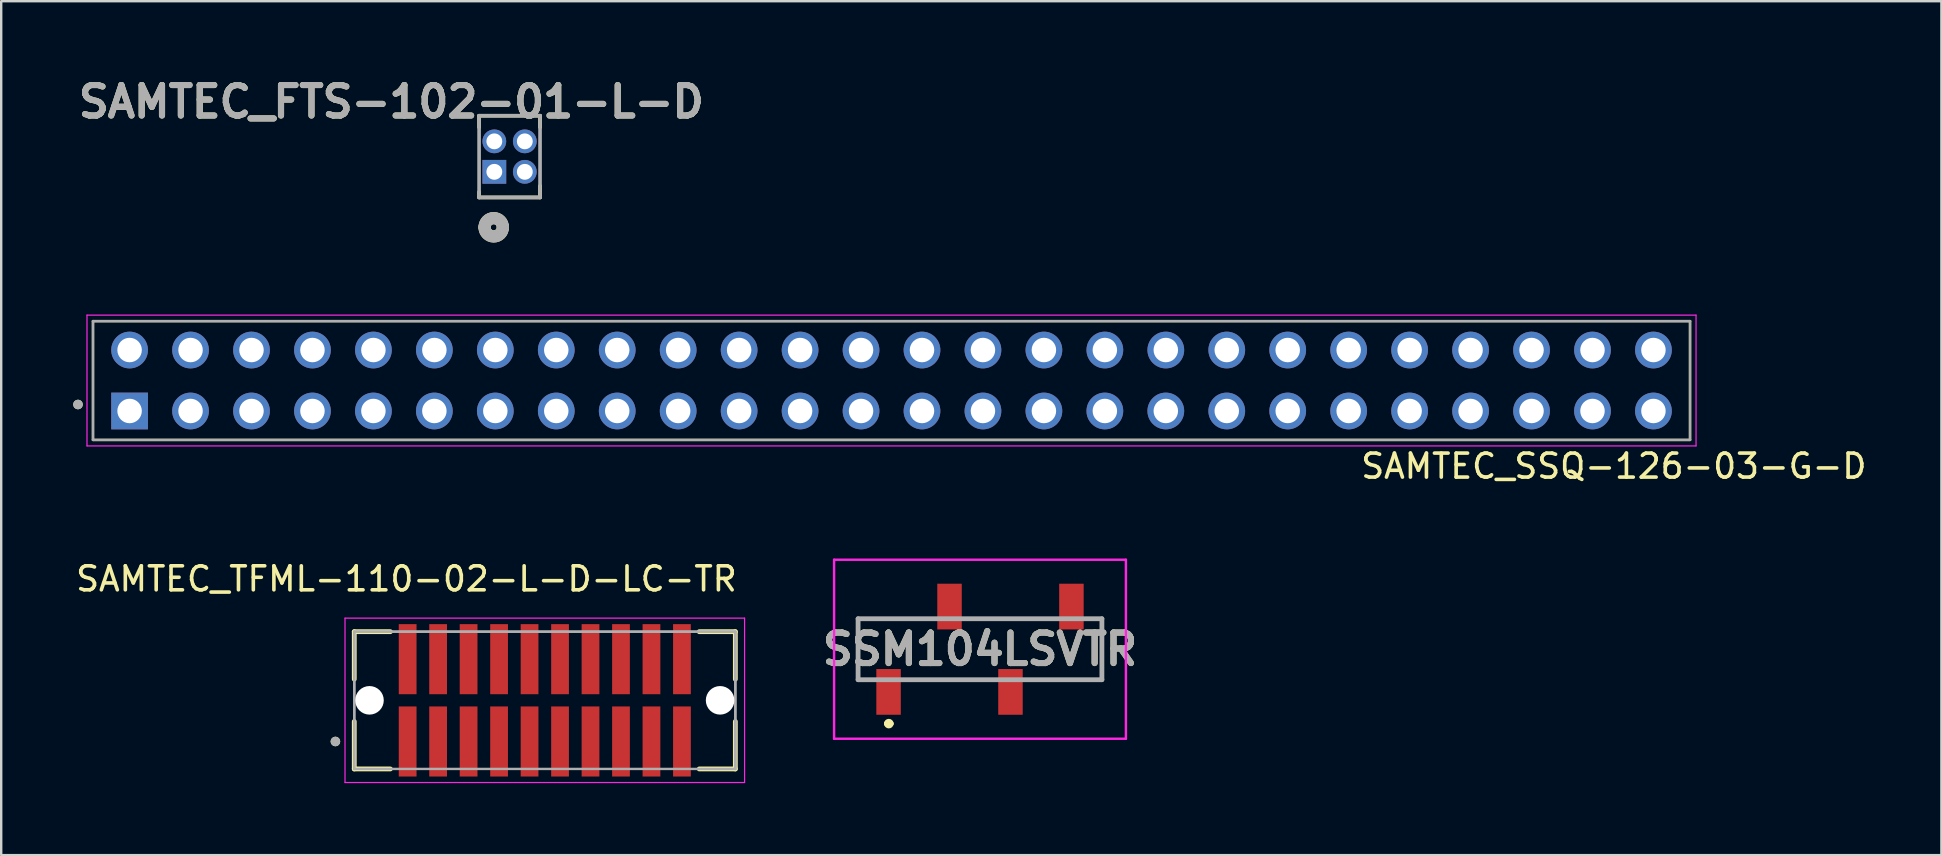
<source format=kicad_pcb>
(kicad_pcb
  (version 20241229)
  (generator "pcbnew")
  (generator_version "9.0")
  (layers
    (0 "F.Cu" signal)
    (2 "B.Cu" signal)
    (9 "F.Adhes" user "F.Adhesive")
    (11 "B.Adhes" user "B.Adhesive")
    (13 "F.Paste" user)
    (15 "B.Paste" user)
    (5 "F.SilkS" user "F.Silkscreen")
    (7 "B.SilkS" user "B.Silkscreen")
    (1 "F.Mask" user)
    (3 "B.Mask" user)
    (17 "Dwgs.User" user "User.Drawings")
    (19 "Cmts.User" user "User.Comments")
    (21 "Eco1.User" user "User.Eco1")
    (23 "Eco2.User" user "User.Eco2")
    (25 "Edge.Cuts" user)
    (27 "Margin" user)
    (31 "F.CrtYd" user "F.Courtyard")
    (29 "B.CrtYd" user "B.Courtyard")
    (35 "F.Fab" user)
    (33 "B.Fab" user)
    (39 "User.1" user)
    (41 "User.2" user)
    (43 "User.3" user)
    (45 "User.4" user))
  (footprint "SSM104LSVTR"
    (layer "F.Cu")
    (at 37.787 24.004)
    (property "Reference" "SSM104LSVTR" (at 0 0 0) (layer "F.SilkS") (effects (font (size 1.27 1.27) (thickness 0.254))))
    (attr smd)
    (fp_line (start -5.08 -1.27) (end -5.08 1.27) (stroke (width 0.1) (type solid)) (layer "F.SilkS"))
    (fp_line (start -3.9 3.1) (end -3.9 3.1) (stroke (width 0.2) (type solid)) (layer "F.SilkS"))
    (fp_line (start -3.7 3.1) (end -3.7 3.1) (stroke (width 0.2) (type solid)) (layer "F.SilkS"))
    (fp_line (start -3 -1.27) (end -5.08 -1.27) (stroke (width 0.1) (type solid)) (layer "F.SilkS"))
    (fp_line (start -2.55 1.27) (end 0 1.27) (stroke (width 0.1) (type solid)) (layer "F.SilkS"))
    (fp_line (start 0 -1.27) (end 2.55 -1.27) (stroke (width 0.1) (type solid)) (layer "F.SilkS"))
    (fp_line (start 5.08 -1.27) (end 5.08 1.27) (stroke (width 0.1) (type solid)) (layer "F.SilkS"))
    (fp_line (start 5.08 1.27) (end 3 1.27) (stroke (width 0.1) (type solid)) (layer "F.SilkS"))
    (fp_arc (start -3.9 3.1) (mid -3.8 3) (end -3.7 3.1) (stroke (width 0.2) (type solid)) (layer "F.SilkS"))
    (fp_arc (start -3.7 3.1) (mid -3.8 3.2) (end -3.9 3.1) (stroke (width 0.2) (type solid)) (layer "F.SilkS"))
    (fp_line (start -6.08 -3.73) (end 6.08 -3.73) (stroke (width 0.1) (type solid)) (layer "F.CrtYd"))
    (fp_line (start -6.08 3.73) (end -6.08 -3.73) (stroke (width 0.1) (type solid)) (layer "F.CrtYd"))
    (fp_line (start 6.08 -3.73) (end 6.08 3.73) (stroke (width 0.1) (type solid)) (layer "F.CrtYd"))
    (fp_line (start 6.08 3.73) (end -6.08 3.73) (stroke (width 0.1) (type solid)) (layer "F.CrtYd"))
    (fp_line (start -5.08 -1.27) (end 5.08 -1.27) (stroke (width 0.2) (type solid)) (layer "F.Fab"))
    (fp_line (start -5.08 1.27) (end -5.08 -1.27) (stroke (width 0.2) (type solid)) (layer "F.Fab"))
    (fp_line (start 5.08 -1.27) (end 5.08 1.27) (stroke (width 0.2) (type solid)) (layer "F.Fab"))
    (fp_line (start 5.08 1.27) (end -5.08 1.27) (stroke (width 0.2) (type solid)) (layer "F.Fab"))
    (fp_text user "${REFERENCE}" (at 0 0 0) (layer "F.Fab") (effects (font (size 1.27 1.27) (thickness 0.254))))
    (pad "1" smd rect (at -3.81 1.778) (size 1.02 1.905) (layers "F.Cu" "F.Mask" "F.Paste"))
    (pad "2" smd rect (at -1.27 -1.778) (size 1.02 1.905) (layers "F.Cu" "F.Mask" "F.Paste"))
    (pad "3" smd rect (at 1.27 1.778) (size 1.02 1.905) (layers "F.Cu" "F.Mask" "F.Paste"))
    (pad "4" smd rect (at 3.81 -1.778) (size 1.02 1.905) (layers "F.Cu" "F.Mask" "F.Paste")))
  (footprint "SAMTEC_TFML-110-02-L-D-LC-TR"
    (layer "F.Cu")
    (at 19.652 26.133)
    (property "Reference" "SAMTEC_TFML-110-02-L-D-LC-TR" (at -5.765 -5.06 0) (layer "F.SilkS") (effects (font (size 1 1) (thickness 0.15))))
    (attr through_hole)
    (fp_line (start -7.94 -2.86) (end -7.94 -0.881) (stroke (width 0.2) (type solid)) (layer "F.SilkS"))
    (fp_line (start -7.94 -2.86) (end -6.435 -2.86) (stroke (width 0.2) (type solid)) (layer "F.SilkS"))
    (fp_line (start -7.94 0.881) (end -7.94 2.86) (stroke (width 0.2) (type solid)) (layer "F.SilkS"))
    (fp_line (start -6.435 2.86) (end -7.94 2.86) (stroke (width 0.2) (type solid)) (layer "F.SilkS"))
    (fp_line (start 6.435 -2.86) (end 7.94 -2.86) (stroke (width 0.2) (type solid)) (layer "F.SilkS"))
    (fp_line (start 6.435 2.86) (end 7.94 2.86) (stroke (width 0.2) (type solid)) (layer "F.SilkS"))
    (fp_line (start 7.94 -0.881) (end 7.94 -2.86) (stroke (width 0.2) (type solid)) (layer "F.SilkS"))
    (fp_line (start 7.94 2.86) (end 7.94 0.881) (stroke (width 0.2) (type solid)) (layer "F.SilkS"))
    (fp_circle (center -8.725 1.715) (end -8.625 1.715) (stroke (width 0.2) (type solid)) (fill no) (layer "F.SilkS"))
    (fp_line (start -8.325 -3.425) (end 8.325 -3.425) (stroke (width 0.05) (type solid)) (layer "F.CrtYd"))
    (fp_line (start -8.325 3.425) (end -8.325 -3.425) (stroke (width 0.05) (type solid)) (layer "F.CrtYd"))
    (fp_line (start 8.325 -3.425) (end 8.325 3.425) (stroke (width 0.05) (type solid)) (layer "F.CrtYd"))
    (fp_line (start 8.325 3.425) (end -8.325 3.425) (stroke (width 0.05) (type solid)) (layer "F.CrtYd"))
    (fp_line (start -7.94 -2.86) (end 7.94 -2.86) (stroke (width 0.1) (type solid)) (layer "F.Fab"))
    (fp_line (start -7.94 -2.86) (end 7.94 -2.86) (stroke (width 0.1) (type solid)) (layer "F.Fab"))
    (fp_line (start -7.94 2.86) (end -7.94 -2.86) (stroke (width 0.1) (type solid)) (layer "F.Fab"))
    (fp_line (start -7.94 2.86) (end -7.94 -2.86) (stroke (width 0.1) (type solid)) (layer "F.Fab"))
    (fp_line (start 7.94 -2.86) (end 7.94 2.86) (stroke (width 0.1) (type solid)) (layer "F.Fab"))
    (fp_line (start 7.94 -2.86) (end 7.94 2.86) (stroke (width 0.1) (type solid)) (layer "F.Fab"))
    (fp_line (start 7.94 2.86) (end -7.94 2.86) (stroke (width 0.1) (type solid)) (layer "F.Fab"))
    (fp_circle (center -8.725 1.715) (end -8.625 1.715) (stroke (width 0.2) (type solid)) (fill no) (layer "F.Fab"))
    (pad "" np_thru_hole circle (at -7.305 0) (size 1.19 1.19) (drill 1.19) (layers "*.Cu" "*.Mask"))
    (pad "" np_thru_hole circle (at 7.305 0) (size 1.19 1.19) (drill 1.19) (layers "*.Cu" "*.Mask"))
    (pad "01" smd rect (at -5.715 1.715) (size 0.74 2.92) (layers "F.Cu" "F.Mask" "F.Paste"))
    (pad "02" smd rect (at -5.715 -1.715) (size 0.74 2.92) (layers "F.Cu" "F.Mask" "F.Paste"))
    (pad "03" smd rect (at -4.445 1.715) (size 0.74 2.92) (layers "F.Cu" "F.Mask" "F.Paste"))
    (pad "04" smd rect (at -4.445 -1.715) (size 0.74 2.92) (layers "F.Cu" "F.Mask" "F.Paste"))
    (pad "05" smd rect (at -3.175 1.715) (size 0.74 2.92) (layers "F.Cu" "F.Mask" "F.Paste"))
    (pad "06" smd rect (at -3.175 -1.715) (size 0.74 2.92) (layers "F.Cu" "F.Mask" "F.Paste"))
    (pad "07" smd rect (at -1.905 1.715) (size 0.74 2.92) (layers "F.Cu" "F.Mask" "F.Paste"))
    (pad "08" smd rect (at -1.905 -1.715) (size 0.74 2.92) (layers "F.Cu" "F.Mask" "F.Paste"))
    (pad "09" smd rect (at -0.635 1.715) (size 0.74 2.92) (layers "F.Cu" "F.Mask" "F.Paste"))
    (pad "10" smd rect (at -0.635 -1.715) (size 0.74 2.92) (layers "F.Cu" "F.Mask" "F.Paste"))
    (pad "11" smd rect (at 0.635 1.715) (size 0.74 2.92) (layers "F.Cu" "F.Mask" "F.Paste"))
    (pad "12" smd rect (at 0.635 -1.715) (size 0.74 2.92) (layers "F.Cu" "F.Mask" "F.Paste"))
    (pad "13" smd rect (at 1.905 1.715) (size 0.74 2.92) (layers "F.Cu" "F.Mask" "F.Paste"))
    (pad "14" smd rect (at 1.905 -1.715) (size 0.74 2.92) (layers "F.Cu" "F.Mask" "F.Paste"))
    (pad "15" smd rect (at 3.175 1.715) (size 0.74 2.92) (layers "F.Cu" "F.Mask" "F.Paste"))
    (pad "16" smd rect (at 3.175 -1.715) (size 0.74 2.92) (layers "F.Cu" "F.Mask" "F.Paste"))
    (pad "17" smd rect (at 4.445 1.715) (size 0.74 2.92) (layers "F.Cu" "F.Mask" "F.Paste"))
    (pad "18" smd rect (at 4.445 -1.715) (size 0.74 2.92) (layers "F.Cu" "F.Mask" "F.Paste"))
    (pad "19" smd rect (at 5.715 1.715) (size 0.74 2.92) (layers "F.Cu" "F.Mask" "F.Paste"))
    (pad "20" smd rect (at 5.715 -1.715) (size 0.74 2.92) (layers "F.Cu" "F.Mask" "F.Paste")))
  (footprint "SAMTEC_FTS-102-01-L-D"
    (layer "F.Cu")
    (at 18.819 2.84)
    (property "Reference" "SAMTEC_FTS-102-01-L-D" (at -5.563 -1.651 0) (layer "F.SilkS") (effects (font (size 1.27 1.27) (thickness 0.254))))
    (attr through_hole)
    (fp_line (start -1.905 -1.067) (end -1.905 -0.584) (stroke (width 0.152) (type solid)) (layer "F.SilkS"))
    (fp_line (start -1.905 2.108) (end -1.905 2.337) (stroke (width 0.152) (type solid)) (layer "F.SilkS"))
    (fp_line (start -1.905 2.337) (end 0.635 2.337) (stroke (width 0.152) (type solid)) (layer "F.SilkS"))
    (fp_line (start 0.635 -1.067) (end -1.905 -1.067) (stroke (width 0.152) (type solid)) (layer "F.SilkS"))
    (fp_line (start 0.635 -0.584) (end 0.635 -1.067) (stroke (width 0.152) (type solid)) (layer "F.SilkS"))
    (fp_line (start 0.635 2.337) (end 0.635 1.854) (stroke (width 0.152) (type solid)) (layer "F.SilkS"))
    (fp_arc (start -1.6764 3.5814) (mid -1.2954 3.2004) (end -0.9144 3.5814) (stroke (width 0.508) (type solid)) (layer "F.SilkS"))
    (fp_arc (start -0.9144 3.5814) (mid -1.2954 3.9624) (end -1.6764 3.5814) (stroke (width 0.508) (type solid)) (layer "F.SilkS"))
    (fp_line (start -1.905 -1.067) (end -1.905 2.337) (stroke (width 0.152) (type solid)) (layer "F.Fab"))
    (fp_line (start -1.905 2.337) (end 0.635 2.337) (stroke (width 0.152) (type solid)) (layer "F.Fab"))
    (fp_line (start 0.635 -1.067) (end -1.905 -1.067) (stroke (width 0.152) (type solid)) (layer "F.Fab"))
    (fp_line (start 0.635 2.337) (end 0.635 -1.067) (stroke (width 0.152) (type solid)) (layer "F.Fab"))
    (fp_arc (start -1.6764 3.5814) (mid -1.2954 3.2004) (end -0.9144 3.5814) (stroke (width 0.508) (type solid)) (layer "F.Fab"))
    (fp_arc (start -0.9144 3.5814) (mid -1.2954 3.9624) (end -1.6764 3.5814) (stroke (width 0.508) (type solid)) (layer "F.Fab"))
    (fp_text user "${REFERENCE}" (at -5.563 -1.651 0) (layer "F.Fab") (effects (font (size 1.27 1.27) (thickness 0.254))))
    (pad "1" thru_hole rect (at -1.27 1.27) (size 0.991 0.991) (drill 0.66) (layers "*.Cu" "*.Mask"))
    (pad "2" thru_hole circle (at -1.27 0) (size 0.991 0.991) (drill 0.66) (layers "*.Cu" "*.Mask"))
    (pad "3" thru_hole circle (at 0 1.27) (size 0.991 0.991) (drill 0.66) (layers "*.Cu" "*.Mask"))
    (pad "4" thru_hole circle (at 0 0) (size 0.991 0.991) (drill 0.66) (layers "*.Cu" "*.Mask")))
  (footprint "SAMTEC_SSQ-126-03-G-D"
    (layer "F.Cu")
    (at 33.4 12.806)
    (property "Reference" "SAMTEC_SSQ-126-03-G-D" (at 30.8 3.57 180) (layer "F.SilkS") (effects (font (size 1 1) (thickness 0.15))))
    (attr through_hole)
    (fp_line (start -32.575 -2.475) (end -32.575 2.475) (stroke (width 0.1) (type solid)) (layer "F.SilkS"))
    (fp_line (start -32.575 2.475) (end 33.975 2.475) (stroke (width 0.1) (type solid)) (layer "F.SilkS"))
    (fp_line (start 33.975 -2.475) (end -32.575 -2.475) (stroke (width 0.1) (type solid)) (layer "F.SilkS"))
    (fp_line (start 33.975 2.475) (end 33.975 -2.475) (stroke (width 0.1) (type solid)) (layer "F.SilkS"))
    (fp_circle (center -33.2 1) (end -33.3 1) (stroke (width 0.2) (type solid)) (fill no) (layer "F.SilkS"))
    (fp_line (start -32.825 -2.725) (end -32.825 2.725) (stroke (width 0.05) (type solid)) (layer "F.CrtYd"))
    (fp_line (start -32.825 2.725) (end 34.225 2.725) (stroke (width 0.05) (type solid)) (layer "F.CrtYd"))
    (fp_line (start 34.225 -2.725) (end -32.825 -2.725) (stroke (width 0.05) (type solid)) (layer "F.CrtYd"))
    (fp_line (start 34.225 2.725) (end 34.225 -2.725) (stroke (width 0.05) (type solid)) (layer "F.CrtYd"))
    (fp_line (start -32.575 -2.475) (end -32.575 2.475) (stroke (width 0.1) (type solid)) (layer "F.Fab"))
    (fp_line (start 33.975 -2.475) (end -32.575 -2.475) (stroke (width 0.1) (type solid)) (layer "F.Fab"))
    (fp_line (start 33.975 2.475) (end -32.575 2.475) (stroke (width 0.1) (type solid)) (layer "F.Fab"))
    (fp_line (start 33.975 2.475) (end 33.975 -2.475) (stroke (width 0.1) (type solid)) (layer "F.Fab"))
    (fp_circle (center -33.2 1) (end -33.3 1) (stroke (width 0.2) (type solid)) (fill no) (layer "F.Fab"))
    (pad "01" thru_hole rect (at -31.05 1.27 180) (size 1.53 1.53) (drill 1.02) (layers "*.Cu" "*.Mask"))
    (pad "02" thru_hole circle (at -31.05 -1.27 180) (size 1.53 1.53) (drill 1.02) (layers "*.Cu" "*.Mask"))
    (pad "03" thru_hole circle (at -28.51 1.27 180) (size 1.53 1.53) (drill 1.02) (layers "*.Cu" "*.Mask"))
    (pad "04" thru_hole circle (at -28.51 -1.27 180) (size 1.53 1.53) (drill 1.02) (layers "*.Cu" "*.Mask"))
    (pad "05" thru_hole circle (at -25.97 1.27 180) (size 1.53 1.53) (drill 1.02) (layers "*.Cu" "*.Mask"))
    (pad "06" thru_hole circle (at -25.97 -1.27 180) (size 1.53 1.53) (drill 1.02) (layers "*.Cu" "*.Mask"))
    (pad "07" thru_hole circle (at -23.43 1.27 180) (size 1.53 1.53) (drill 1.02) (layers "*.Cu" "*.Mask"))
    (pad "08" thru_hole circle (at -23.43 -1.27 180) (size 1.53 1.53) (drill 1.02) (layers "*.Cu" "*.Mask"))
    (pad "09" thru_hole circle (at -20.89 1.27 180) (size 1.53 1.53) (drill 1.02) (layers "*.Cu" "*.Mask"))
    (pad "10" thru_hole circle (at -20.89 -1.27 180) (size 1.53 1.53) (drill 1.02) (layers "*.Cu" "*.Mask"))
    (pad "11" thru_hole circle (at -18.35 1.27 180) (size 1.53 1.53) (drill 1.02) (layers "*.Cu" "*.Mask"))
    (pad "12" thru_hole circle (at -18.35 -1.27 180) (size 1.53 1.53) (drill 1.02) (layers "*.Cu" "*.Mask"))
    (pad "13" thru_hole circle (at -15.81 1.27 180) (size 1.53 1.53) (drill 1.02) (layers "*.Cu" "*.Mask"))
    (pad "14" thru_hole circle (at -15.81 -1.27 180) (size 1.53 1.53) (drill 1.02) (layers "*.Cu" "*.Mask"))
    (pad "15" thru_hole circle (at -13.27 1.27 180) (size 1.53 1.53) (drill 1.02) (layers "*.Cu" "*.Mask"))
    (pad "16" thru_hole circle (at -13.27 -1.27 180) (size 1.53 1.53) (drill 1.02) (layers "*.Cu" "*.Mask"))
    (pad "17" thru_hole circle (at -10.73 1.27 180) (size 1.53 1.53) (drill 1.02) (layers "*.Cu" "*.Mask"))
    (pad "18" thru_hole circle (at -10.73 -1.27 180) (size 1.53 1.53) (drill 1.02) (layers "*.Cu" "*.Mask"))
    (pad "19" thru_hole circle (at -8.19 1.27 180) (size 1.53 1.53) (drill 1.02) (layers "*.Cu" "*.Mask"))
    (pad "20" thru_hole circle (at -8.19 -1.27 180) (size 1.53 1.53) (drill 1.02) (layers "*.Cu" "*.Mask"))
    (pad "21" thru_hole circle (at -5.65 1.27 180) (size 1.53 1.53) (drill 1.02) (layers "*.Cu" "*.Mask"))
    (pad "22" thru_hole circle (at -5.65 -1.27 180) (size 1.53 1.53) (drill 1.02) (layers "*.Cu" "*.Mask"))
    (pad "23" thru_hole circle (at -3.11 1.27 180) (size 1.53 1.53) (drill 1.02) (layers "*.Cu" "*.Mask"))
    (pad "24" thru_hole circle (at -3.11 -1.27 180) (size 1.53 1.53) (drill 1.02) (layers "*.Cu" "*.Mask"))
    (pad "25" thru_hole circle (at -0.57 1.27 180) (size 1.53 1.53) (drill 1.02) (layers "*.Cu" "*.Mask"))
    (pad "26" thru_hole circle (at -0.57 -1.27 180) (size 1.53 1.53) (drill 1.02) (layers "*.Cu" "*.Mask"))
    (pad "27" thru_hole circle (at 1.97 1.27 180) (size 1.53 1.53) (drill 1.02) (layers "*.Cu" "*.Mask"))
    (pad "28" thru_hole circle (at 1.97 -1.27 180) (size 1.53 1.53) (drill 1.02) (layers "*.Cu" "*.Mask"))
    (pad "29" thru_hole circle (at 4.51 1.27 180) (size 1.53 1.53) (drill 1.02) (layers "*.Cu" "*.Mask"))
    (pad "30" thru_hole circle (at 4.51 -1.27 180) (size 1.53 1.53) (drill 1.02) (layers "*.Cu" "*.Mask"))
    (pad "31" thru_hole circle (at 7.05 1.27 180) (size 1.53 1.53) (drill 1.02) (layers "*.Cu" "*.Mask"))
    (pad "32" thru_hole circle (at 7.05 -1.27 180) (size 1.53 1.53) (drill 1.02) (layers "*.Cu" "*.Mask"))
    (pad "33" thru_hole circle (at 9.59 1.27 180) (size 1.53 1.53) (drill 1.02) (layers "*.Cu" "*.Mask"))
    (pad "34" thru_hole circle (at 9.59 -1.27 180) (size 1.53 1.53) (drill 1.02) (layers "*.Cu" "*.Mask"))
    (pad "35" thru_hole circle (at 12.13 1.27 180) (size 1.53 1.53) (drill 1.02) (layers "*.Cu" "*.Mask"))
    (pad "36" thru_hole circle (at 12.13 -1.27 180) (size 1.53 1.53) (drill 1.02) (layers "*.Cu" "*.Mask"))
    (pad "37" thru_hole circle (at 14.67 1.27 180) (size 1.53 1.53) (drill 1.02) (layers "*.Cu" "*.Mask"))
    (pad "38" thru_hole circle (at 14.67 -1.27 180) (size 1.53 1.53) (drill 1.02) (layers "*.Cu" "*.Mask"))
    (pad "39" thru_hole circle (at 17.21 1.27 180) (size 1.53 1.53) (drill 1.02) (layers "*.Cu" "*.Mask"))
    (pad "40" thru_hole circle (at 17.21 -1.27 180) (size 1.53 1.53) (drill 1.02) (layers "*.Cu" "*.Mask"))
    (pad "41" thru_hole circle (at 19.75 1.27 180) (size 1.53 1.53) (drill 1.02) (layers "*.Cu" "*.Mask"))
    (pad "42" thru_hole circle (at 19.75 -1.27 180) (size 1.53 1.53) (drill 1.02) (layers "*.Cu" "*.Mask"))
    (pad "43" thru_hole circle (at 22.29 1.27 180) (size 1.53 1.53) (drill 1.02) (layers "*.Cu" "*.Mask"))
    (pad "44" thru_hole circle (at 22.29 -1.27 180) (size 1.53 1.53) (drill 1.02) (layers "*.Cu" "*.Mask"))
    (pad "45" thru_hole circle (at 24.83 1.27 180) (size 1.53 1.53) (drill 1.02) (layers "*.Cu" "*.Mask"))
    (pad "46" thru_hole circle (at 24.83 -1.27 180) (size 1.53 1.53) (drill 1.02) (layers "*.Cu" "*.Mask"))
    (pad "47" thru_hole circle (at 27.37 1.27 180) (size 1.53 1.53) (drill 1.02) (layers "*.Cu" "*.Mask"))
    (pad "48" thru_hole circle (at 27.37 -1.27 180) (size 1.53 1.53) (drill 1.02) (layers "*.Cu" "*.Mask"))
    (pad "49" thru_hole circle (at 29.91 1.27 180) (size 1.53 1.53) (drill 1.02) (layers "*.Cu" "*.Mask"))
    (pad "50" thru_hole circle (at 29.91 -1.27 180) (size 1.53 1.53) (drill 1.02) (layers "*.Cu" "*.Mask"))
    (pad "51" thru_hole circle (at 32.45 1.27 180) (size 1.53 1.53) (drill 1.02) (layers "*.Cu" "*.Mask"))
    (pad "52" thru_hole circle (at 32.45 -1.27 180) (size 1.53 1.53) (drill 1.02) (layers "*.Cu" "*.Mask")))
  (gr_rect
    (start -3 -3)
    (end 77.849 32.583)
    (stroke (width 0.1) (type default))
    (fill no)
    (layer "Edge.Cuts")))
</source>
